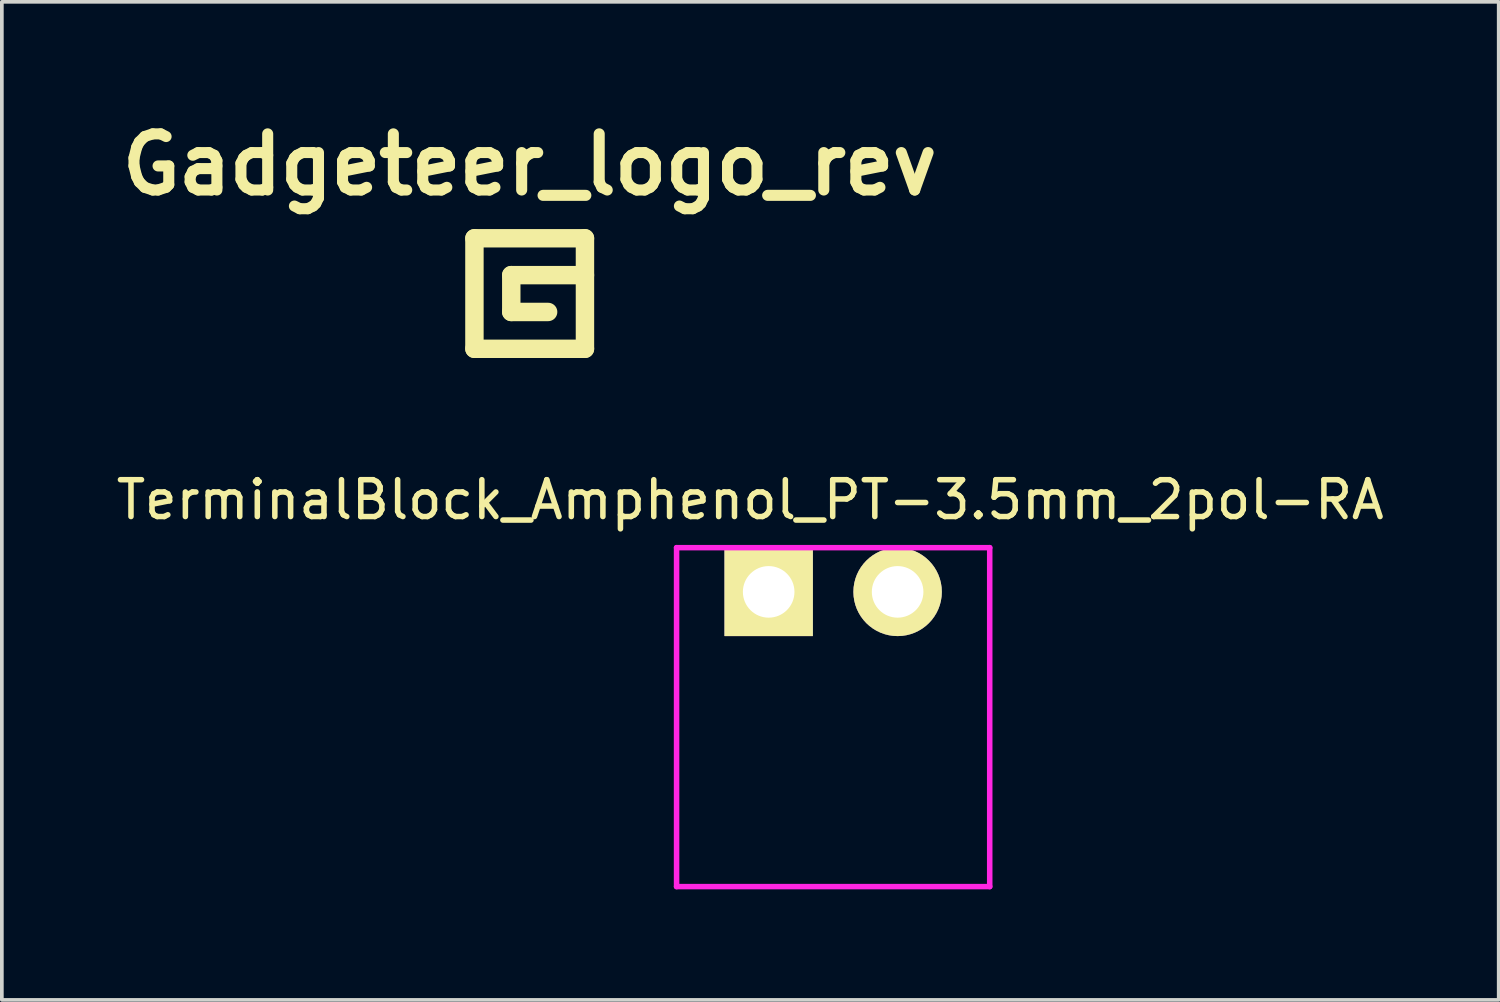
<source format=kicad_pcb>
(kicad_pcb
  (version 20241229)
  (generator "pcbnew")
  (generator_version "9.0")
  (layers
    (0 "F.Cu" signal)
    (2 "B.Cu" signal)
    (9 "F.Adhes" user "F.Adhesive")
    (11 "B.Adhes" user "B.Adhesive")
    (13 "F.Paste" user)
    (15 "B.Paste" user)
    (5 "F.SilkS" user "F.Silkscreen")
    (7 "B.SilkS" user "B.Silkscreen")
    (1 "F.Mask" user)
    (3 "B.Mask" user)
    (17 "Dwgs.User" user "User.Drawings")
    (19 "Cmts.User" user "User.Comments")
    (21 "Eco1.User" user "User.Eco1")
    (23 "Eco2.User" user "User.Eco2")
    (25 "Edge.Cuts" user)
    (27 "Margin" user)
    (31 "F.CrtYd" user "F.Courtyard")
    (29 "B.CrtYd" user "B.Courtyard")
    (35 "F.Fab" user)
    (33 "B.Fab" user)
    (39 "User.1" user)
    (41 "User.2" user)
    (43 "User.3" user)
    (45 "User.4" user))
  (footprint "Gadgeteer_logo_rev"
    (layer "F.Cu")
    (at 11.328 4.918)
    (property "Reference" "Gadgeteer_logo_rev" (at 0 -3.5 0) (layer "F.SilkS") (effects (font (size 1.524 1.524) (thickness 0.3))))
    (attr through_hole)
    (fp_line (start -1.5 -1.5) (end -1.5 1.5) (stroke (width 0.5) (type solid)) (layer "F.SilkS"))
    (fp_line (start -1.5 1.5) (end 1.5 1.5) (stroke (width 0.5) (type solid)) (layer "F.SilkS"))
    (fp_line (start -0.5 -0.5) (end -0.5 0.5) (stroke (width 0.5) (type solid)) (layer "F.SilkS"))
    (fp_line (start -0.5 0.5) (end 0.5 0.5) (stroke (width 0.5) (type solid)) (layer "F.SilkS"))
    (fp_line (start 1.5 -1.5) (end -1.5 -1.5) (stroke (width 0.5) (type solid)) (layer "F.SilkS"))
    (fp_line (start 1.5 -0.5) (end -0.5 -0.5) (stroke (width 0.5) (type solid)) (layer "F.SilkS"))
    (fp_line (start 1.5 1.5) (end 1.5 -1.5) (stroke (width 0.5) (type solid)) (layer "F.SilkS")))
  (footprint "TerminalBlock_Amphenol_PT-3.5mm_2pol-RA"
    (layer "F.Cu")
    (at 19.565 13.016)
    (property "Reference" "TerminalBlock_Amphenol_PT-3.5mm_2pol-RA" (at -2.25 -2.5 0) (layer "F.SilkS") (effects (font (size 1 1) (thickness 0.15))))
    (attr through_hole)
    (fp_line (start -4.25 -1.2) (end 4.25 -1.2) (stroke (width 0.15) (type solid)) (layer "F.CrtYd"))
    (fp_line (start -4.25 8) (end -4.25 -1.2) (stroke (width 0.15) (type solid)) (layer "F.CrtYd"))
    (fp_line (start 4.25 -1.2) (end 4.25 8) (stroke (width 0.15) (type solid)) (layer "F.CrtYd"))
    (fp_line (start 4.25 8) (end -4.25 8) (stroke (width 0.15) (type solid)) (layer "F.CrtYd"))
    (pad "1" thru_hole rect (at -1.75 0) (size 2.4 2.4) (drill 1.4) (layers "*.Cu" "*.Mask" "F.SilkS"))
    (pad "2" thru_hole circle (at 1.75 0) (size 2.4 2.4) (drill 1.4) (layers "*.Cu" "*.Mask" "F.SilkS")))
  (gr_rect
    (start -3 -3)
    (end 37.631 24.091)
    (stroke (width 0.1) (type default))
    (fill no)
    (layer "Edge.Cuts")))
</source>
